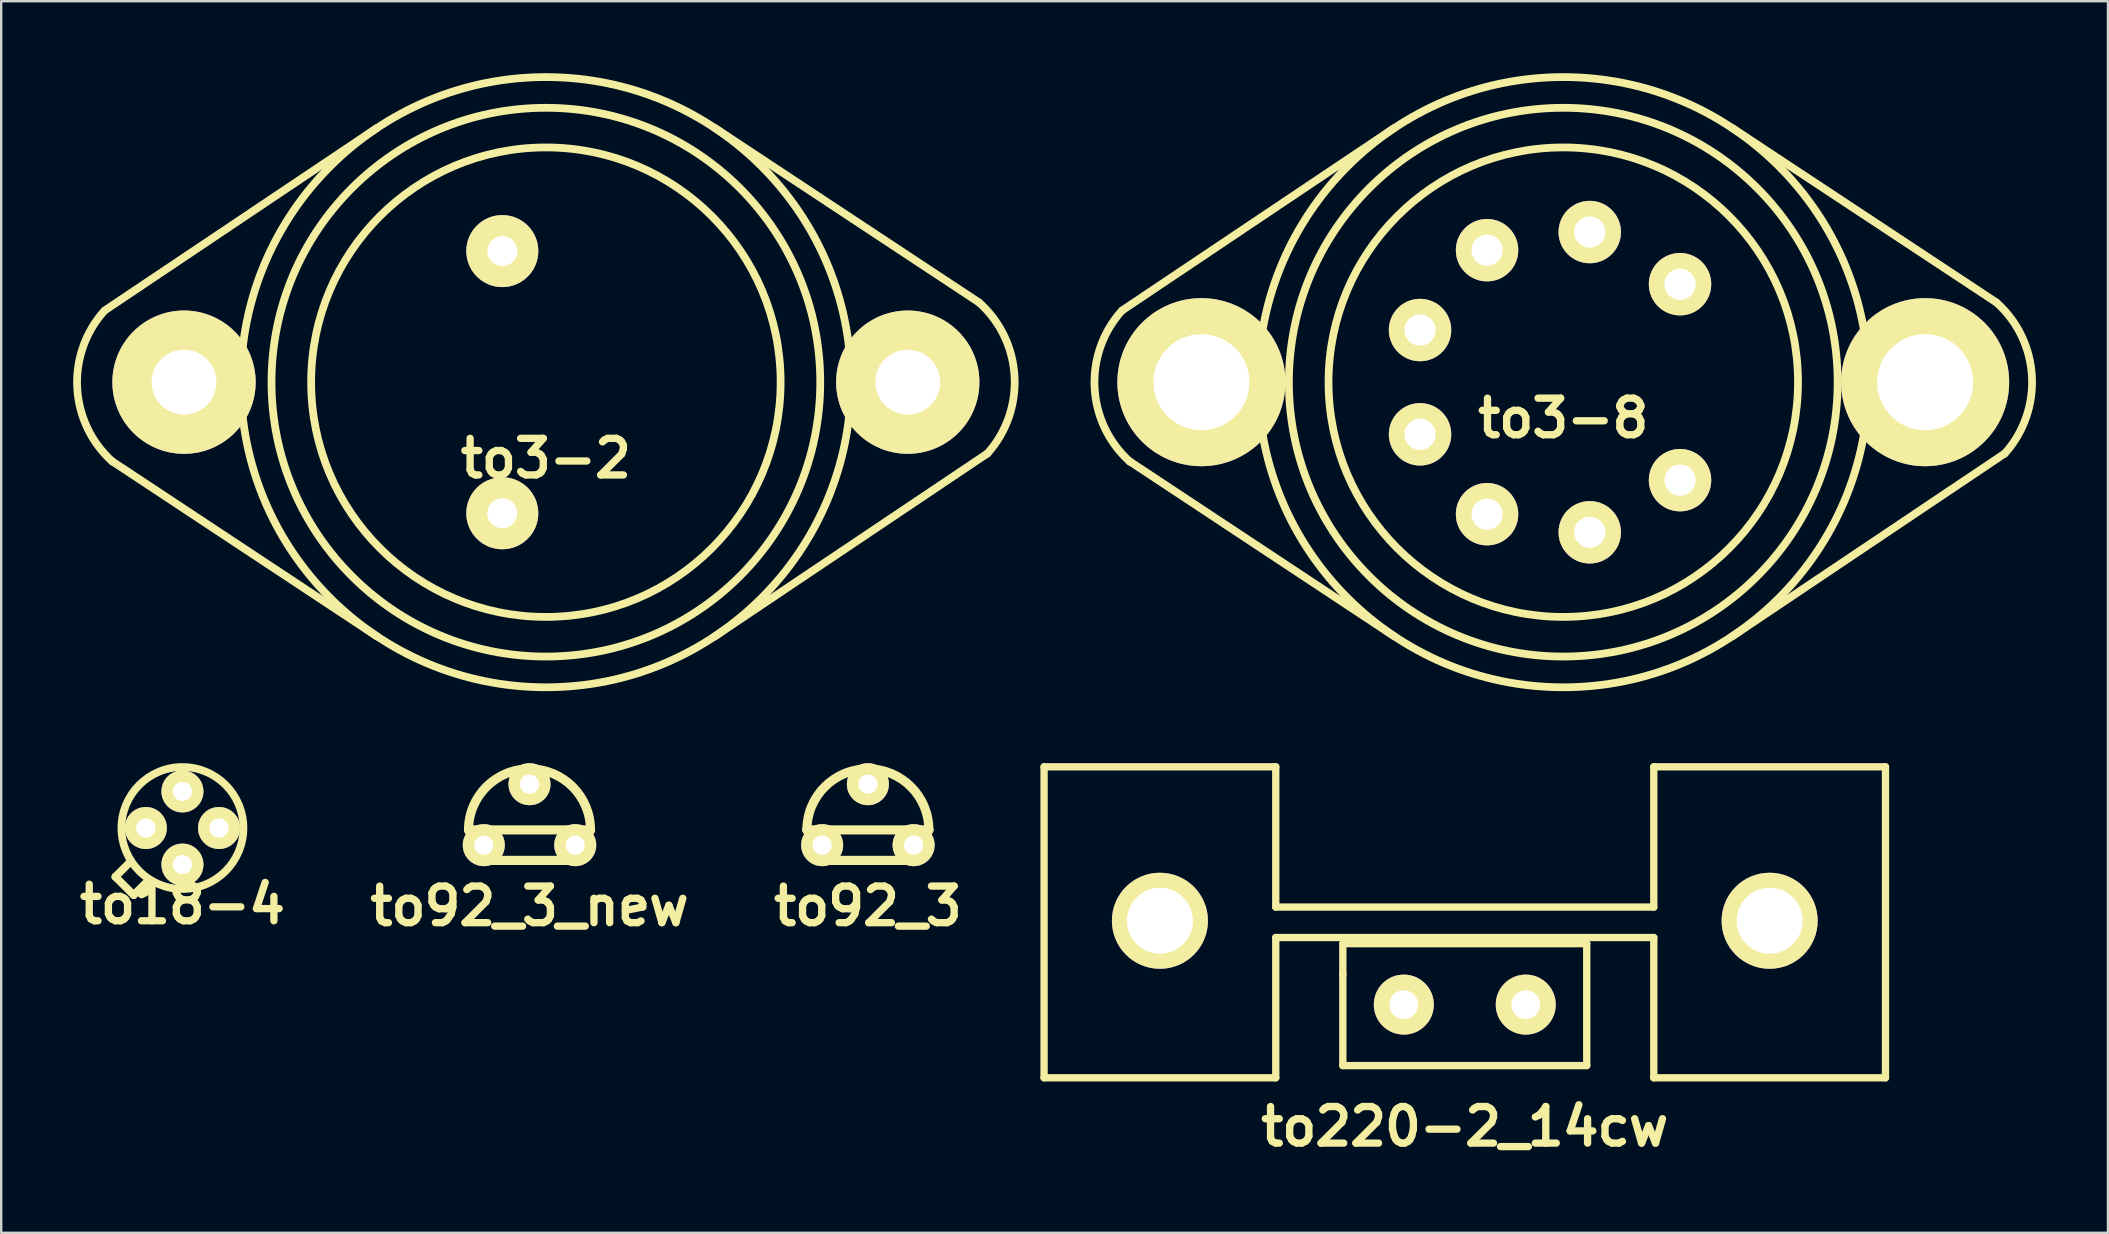
<source format=kicad_pcb>
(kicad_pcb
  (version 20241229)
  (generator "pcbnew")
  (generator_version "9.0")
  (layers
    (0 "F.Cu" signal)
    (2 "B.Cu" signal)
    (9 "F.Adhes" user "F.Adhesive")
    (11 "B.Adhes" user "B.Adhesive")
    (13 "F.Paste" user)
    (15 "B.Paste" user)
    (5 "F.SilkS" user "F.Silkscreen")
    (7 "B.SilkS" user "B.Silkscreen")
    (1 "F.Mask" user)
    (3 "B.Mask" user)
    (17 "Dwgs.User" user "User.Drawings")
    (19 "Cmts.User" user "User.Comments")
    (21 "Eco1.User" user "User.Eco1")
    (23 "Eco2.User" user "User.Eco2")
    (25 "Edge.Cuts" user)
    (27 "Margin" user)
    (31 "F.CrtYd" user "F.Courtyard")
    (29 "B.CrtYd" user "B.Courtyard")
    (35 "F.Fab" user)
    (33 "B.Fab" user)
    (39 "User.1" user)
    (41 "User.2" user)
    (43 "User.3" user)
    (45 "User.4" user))
  (footprint "to92_3_new"
    (layer "F.Cu")
    (at 19.009 31.523)
    (property "Reference" "to92_3_new" (at 0 3.175 0) (layer "F.SilkS") (effects (font (size 1.524 1.524) (thickness 0.305))))
    (attr through_hole)
    (fp_line (start -1.905 1.27) (end -2.54 0) (stroke (width 0.381) (type solid)) (layer "F.SilkS"))
    (fp_line (start 1.905 1.27) (end -1.905 1.27) (stroke (width 0.381) (type solid)) (layer "F.SilkS"))
    (fp_line (start 2.54 0) (end -2.54 0) (stroke (width 0.381) (type solid)) (layer "F.SilkS"))
    (fp_line (start 2.54 0) (end 1.905 1.27) (stroke (width 0.381) (type solid)) (layer "F.SilkS"))
    (fp_arc (start -2.54 0) (mid -1.796051 -1.796051) (end 0 -2.54) (stroke (width 0.381) (type solid)) (layer "F.SilkS"))
    (fp_arc (start 0 -2.54) (mid 1.796051 -1.796051) (end 2.54 0) (stroke (width 0.381) (type solid)) (layer "F.SilkS"))
    (pad "1" thru_hole circle (at -1.905 0.635) (size 1.75 1.75) (drill 0.8) (layers "*.Cu" "*.Mask" "F.SilkS"))
    (pad "2" thru_hole circle (at 0 -1.905) (size 1.75 1.75) (drill 0.8) (layers "*.Cu" "*.Mask" "F.SilkS"))
    (pad "3" thru_hole circle (at 1.905 0.635) (size 1.75 1.75) (drill 0.8) (layers "*.Cu" "*.Mask" "F.SilkS")))
  (footprint "to3-8"
    (layer "F.Cu")
    (at 62.074 12.871)
    (property "Reference" "to3-8" (at 0 1.5 0) (layer "F.SilkS") (effects (font (size 1.524 1.524) (thickness 0.305))))
    (attr through_hole)
    (fp_line (start -18.364 -2.997) (end -7.036 -10.592) (stroke (width 0.323) (type solid)) (layer "F.SilkS"))
    (fp_line (start -18.059 3.302) (end -7.036 10.592) (stroke (width 0.323) (type solid)) (layer "F.SilkS"))
    (fp_line (start 18.034 -3.327) (end 7.036 -10.592) (stroke (width 0.323) (type solid)) (layer "F.SilkS"))
    (fp_line (start 18.39 2.972) (end 7.036 10.592) (stroke (width 0.323) (type solid)) (layer "F.SilkS"))
    (fp_arc (start -18.05432 3.31216) (mid -19.523719 0.235283) (end -18.38706 -2.97942) (stroke (width 0.32258) (type solid)) (layer "F.SilkS"))
    (fp_arc (start 18.05432 -3.31216) (mid 19.523719 -0.235283) (end 18.38706 2.97942) (stroke (width 0.32258) (type solid)) (layer "F.SilkS"))
    (fp_circle (center 0 0) (end -12.7 0.508) (stroke (width 0.323) (type solid)) (fill no) (layer "F.SilkS"))
    (fp_circle (center 0 0) (end -11.43 0) (stroke (width 0.323) (type solid)) (fill no) (layer "F.SilkS"))
    (fp_circle (center 0 0) (end -9.779 0) (stroke (width 0.323) (type solid)) (fill no) (layer "F.SilkS"))
    (pad "1" thru_hole circle (at 4.864 -4.082) (size 2.6 2.6) (drill 1.3) (layers "*.Cu" "*.Mask" "F.SilkS"))
    (pad "2" thru_hole circle (at 1.103 -6.254) (size 2.6 2.6) (drill 1.3) (layers "*.Cu" "*.Mask" "F.SilkS"))
    (pad "3" thru_hole circle (at -3.175 -5.499) (size 2.6 2.6) (drill 1.3) (layers "*.Cu" "*.Mask" "F.SilkS"))
    (pad "4" thru_hole circle (at -5.967 -2.172) (size 2.6 2.6) (drill 1.3) (layers "*.Cu" "*.Mask" "F.SilkS"))
    (pad "5" thru_hole circle (at -5.967 2.172) (size 2.6 2.6) (drill 1.3) (layers "*.Cu" "*.Mask" "F.SilkS"))
    (pad "6" thru_hole circle (at -3.175 5.499) (size 2.6 2.6) (drill 1.3) (layers "*.Cu" "*.Mask" "F.SilkS"))
    (pad "7" thru_hole circle (at 1.103 6.254) (size 2.6 2.6) (drill 1.3) (layers "*.Cu" "*.Mask" "F.SilkS"))
    (pad "8" thru_hole circle (at 4.864 4.082) (size 2.6 2.6) (drill 1.3) (layers "*.Cu" "*.Mask" "F.SilkS"))
    (pad "9" thru_hole circle (at -15.075 0) (size 7 7) (drill 4) (layers "*.Cu" "*.Mask" "F.SilkS"))
    (pad "9" thru_hole circle (at 15.075 0) (size 7 7) (drill 4) (layers "*.Cu" "*.Mask" "F.SilkS")))
  (footprint "to3-2"
    (layer "F.Cu")
    (at 19.691 12.871)
    (property "Reference" "to3-2" (at 0 3.175 0) (layer "F.SilkS") (effects (font (size 1.524 1.524) (thickness 0.305))))
    (attr through_hole)
    (fp_line (start -18.364 -2.997) (end -7.036 -10.592) (stroke (width 0.323) (type solid)) (layer "F.SilkS"))
    (fp_line (start -18.059 3.302) (end -7.036 10.592) (stroke (width 0.323) (type solid)) (layer "F.SilkS"))
    (fp_line (start 18.034 -3.327) (end 7.036 -10.592) (stroke (width 0.323) (type solid)) (layer "F.SilkS"))
    (fp_line (start 18.39 2.972) (end 7.036 10.592) (stroke (width 0.323) (type solid)) (layer "F.SilkS"))
    (fp_arc (start -18.05432 3.31216) (mid -19.523719 0.235283) (end -18.38706 -2.97942) (stroke (width 0.32258) (type solid)) (layer "F.SilkS"))
    (fp_arc (start 18.05432 -3.31216) (mid 19.523719 -0.235283) (end 18.38706 2.97942) (stroke (width 0.32258) (type solid)) (layer "F.SilkS"))
    (fp_circle (center 0 0) (end -12.7 0.508) (stroke (width 0.323) (type solid)) (fill no) (layer "F.SilkS"))
    (fp_circle (center 0 0) (end -11.43 0) (stroke (width 0.323) (type solid)) (fill no) (layer "F.SilkS"))
    (fp_circle (center 0 0) (end -9.779 0) (stroke (width 0.323) (type solid)) (fill no) (layer "F.SilkS"))
    (pad "1" thru_hole circle (at -1.816 -5.461) (size 3 3) (drill 1.25) (layers "*.Cu" "*.Mask" "F.SilkS"))
    (pad "2" thru_hole circle (at -1.816 5.461) (size 3 3) (drill 1.25) (layers "*.Cu" "*.Mask" "F.SilkS"))
    (pad "3" thru_hole circle (at -15.075 0) (size 5.969 5.969) (drill 2.7) (layers "*.Cu" "*.Mask" "F.SilkS"))
    (pad "3" thru_hole circle (at 15.075 0) (size 5.969 5.969) (drill 2.7) (layers "*.Cu" "*.Mask" "F.SilkS")))
  (footprint "to92_3"
    (layer "F.Cu")
    (at 33.105 31.523)
    (property "Reference" "to92_3" (at 0 3.175 0) (layer "F.SilkS") (effects (font (size 1.524 1.524) (thickness 0.305))))
    (attr through_hole)
    (fp_line (start -1.905 1.27) (end -2.54 0) (stroke (width 0.381) (type solid)) (layer "F.SilkS"))
    (fp_line (start 1.905 1.27) (end -1.905 1.27) (stroke (width 0.381) (type solid)) (layer "F.SilkS"))
    (fp_line (start 2.54 0) (end -2.54 0) (stroke (width 0.381) (type solid)) (layer "F.SilkS"))
    (fp_line (start 2.54 0) (end 1.905 1.27) (stroke (width 0.381) (type solid)) (layer "F.SilkS"))
    (fp_arc (start -2.54 0) (mid -1.796051 -1.796051) (end 0 -2.54) (stroke (width 0.381) (type solid)) (layer "F.SilkS"))
    (fp_arc (start 0 -2.54) (mid 1.796051 -1.796051) (end 2.54 0) (stroke (width 0.381) (type solid)) (layer "F.SilkS"))
    (pad "1" thru_hole circle (at 1.905 0.635) (size 1.75 1.75) (drill 0.8) (layers "*.Cu" "*.Mask" "F.SilkS"))
    (pad "2" thru_hole circle (at 0 -1.905) (size 1.75 1.75) (drill 0.8) (layers "*.Cu" "*.Mask" "F.SilkS"))
    (pad "3" thru_hole circle (at -1.905 0.635) (size 1.75 1.75) (drill 0.8) (layers "*.Cu" "*.Mask" "F.SilkS")))
  (footprint "to220-2_14cw"
    (layer "F.Cu")
    (at 57.971 38.801)
    (property "Reference" "to220-2_14cw" (at 0 5.08 0) (layer "F.SilkS") (effects (font (size 1.524 1.524) (thickness 0.305))))
    (attr through_hole)
    (fp_line (start -17.526 -9.906) (end -17.526 3.048) (stroke (width 0.305) (type solid)) (layer "F.SilkS"))
    (fp_line (start -17.526 3.048) (end -7.874 3.048) (stroke (width 0.305) (type solid)) (layer "F.SilkS"))
    (fp_line (start -7.874 -9.906) (end -17.526 -9.906) (stroke (width 0.305) (type solid)) (layer "F.SilkS"))
    (fp_line (start -7.874 -9.906) (end -7.874 -4.064) (stroke (width 0.305) (type solid)) (layer "F.SilkS"))
    (fp_line (start -7.874 -2.794) (end -7.874 3.048) (stroke (width 0.305) (type solid)) (layer "F.SilkS"))
    (fp_line (start -7.874 -2.794) (end 7.874 -2.794) (stroke (width 0.305) (type solid)) (layer "F.SilkS"))
    (fp_line (start -5.08 -2.54) (end -5.08 -1.27) (stroke (width 0.305) (type solid)) (layer "F.SilkS"))
    (fp_line (start -5.08 -1.27) (end -5.08 2.54) (stroke (width 0.305) (type solid)) (layer "F.SilkS"))
    (fp_line (start -5.08 2.54) (end 5.08 2.54) (stroke (width 0.305) (type solid)) (layer "F.SilkS"))
    (fp_line (start 5.08 -2.54) (end -5.08 -2.54) (stroke (width 0.305) (type solid)) (layer "F.SilkS"))
    (fp_line (start 5.08 2.54) (end 5.08 -2.54) (stroke (width 0.305) (type solid)) (layer "F.SilkS"))
    (fp_line (start 7.874 -9.906) (end 7.874 -4.064) (stroke (width 0.305) (type solid)) (layer "F.SilkS"))
    (fp_line (start 7.874 -4.064) (end -7.874 -4.064) (stroke (width 0.305) (type solid)) (layer "F.SilkS"))
    (fp_line (start 7.874 3.048) (end 7.874 -2.794) (stroke (width 0.305) (type solid)) (layer "F.SilkS"))
    (fp_line (start 7.874 3.048) (end 17.526 3.048) (stroke (width 0.305) (type solid)) (layer "F.SilkS"))
    (fp_line (start 17.526 -9.906) (end 7.874 -9.906) (stroke (width 0.305) (type solid)) (layer "F.SilkS"))
    (fp_line (start 17.526 -9.906) (end 17.526 3.048) (stroke (width 0.305) (type solid)) (layer "F.SilkS"))
    (pad "" thru_hole circle (at -12.7 -3.493) (size 4 4) (drill 2.748) (layers "*.Cu" "*.Mask" "F.SilkS"))
    (pad "" thru_hole circle (at 12.7 -3.493) (size 4 4) (drill 2.748) (layers "*.Cu" "*.Mask" "F.SilkS"))
    (pad "1" thru_hole circle (at 2.54 0) (size 2.499 2.499) (drill 1.199) (layers "*.Cu" "*.Mask" "F.SilkS"))
    (pad "2" thru_hole circle (at -2.54 0) (size 2.499 2.499) (drill 1.199) (layers "*.Cu" "*.Mask" "F.SilkS")))
  (footprint "to18-4"
    (layer "F.Cu")
    (at 4.55 31.444)
    (property "Reference" "to18-4" (at 0 3.175 0) (layer "F.SilkS") (effects (font (size 1.524 1.524) (thickness 0.305))))
    (attr through_hole)
    (fp_line (start -2.794 2.032) (end -2.032 2.794) (stroke (width 0.323) (type solid)) (layer "F.SilkS"))
    (fp_line (start -2.159 1.397) (end -2.794 2.032) (stroke (width 0.323) (type solid)) (layer "F.SilkS"))
    (fp_line (start -2.032 2.794) (end -1.397 2.159) (stroke (width 0.323) (type solid)) (layer "F.SilkS"))
    (fp_circle (center 0 0) (end -2.54 0) (stroke (width 0.323) (type solid)) (fill no) (layer "F.SilkS"))
    (pad "1" thru_hole circle (at 1.524 0) (size 1.75 1.75) (drill 0.8) (layers "*.Cu" "*.Mask" "F.SilkS"))
    (pad "2" thru_hole circle (at 0 -1.524) (size 1.75 1.75) (drill 0.8) (layers "*.Cu" "*.Mask" "F.SilkS"))
    (pad "3" thru_hole circle (at -1.524 0) (size 1.75 1.75) (drill 0.8) (layers "*.Cu" "*.Mask" "F.SilkS"))
    (pad "4" thru_hole circle (at 0 1.524) (size 1.75 1.75) (drill 0.8) (layers "*.Cu" "*.Mask" "F.SilkS")))
  (gr_rect
    (start -3 -3)
    (end 84.765 48.308)
    (stroke (width 0.1) (type default))
    (fill no)
    (layer "Edge.Cuts")))
</source>
